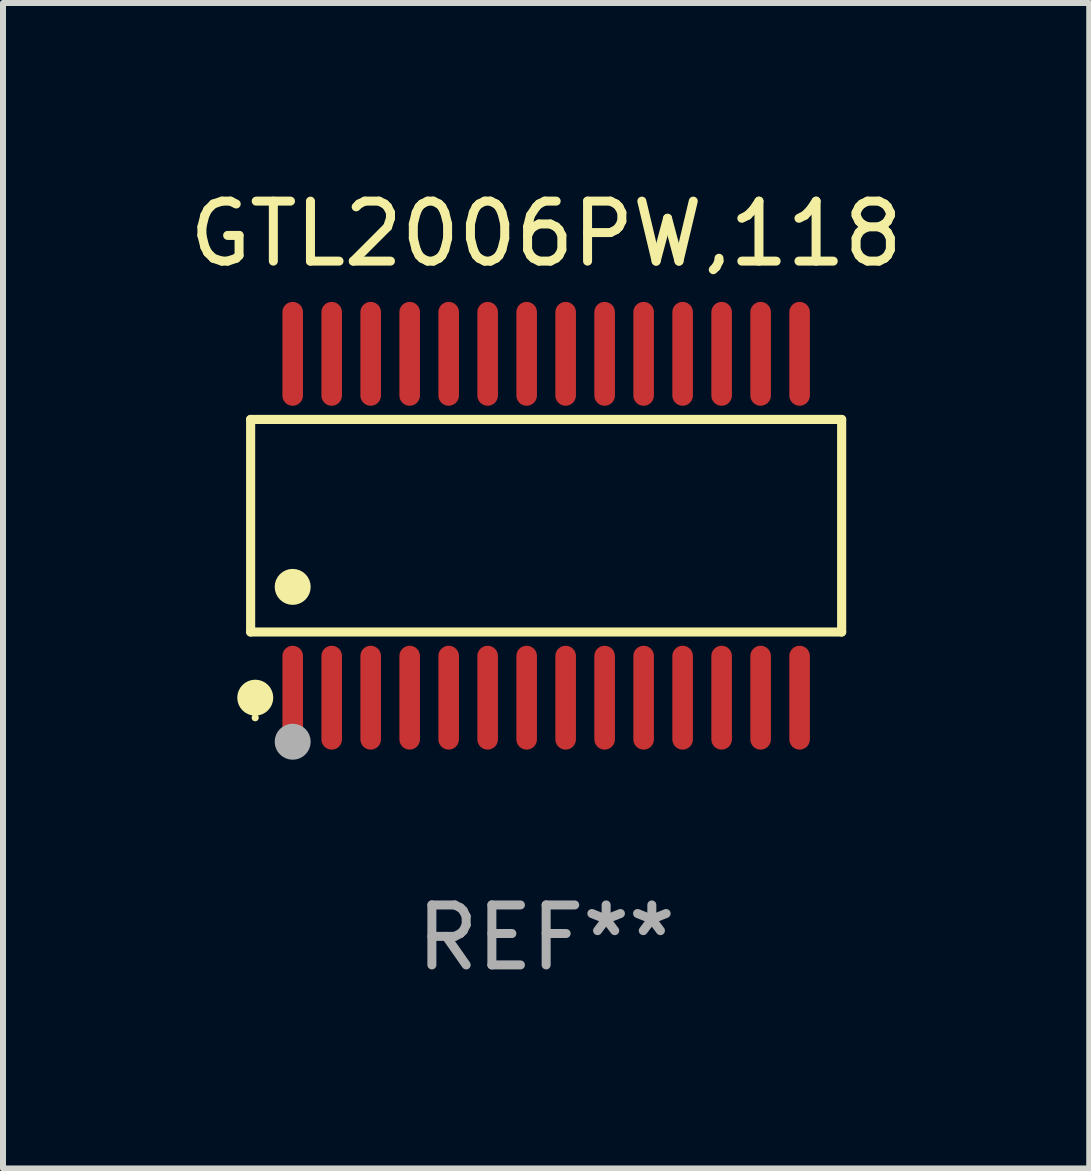
<source format=kicad_pcb>
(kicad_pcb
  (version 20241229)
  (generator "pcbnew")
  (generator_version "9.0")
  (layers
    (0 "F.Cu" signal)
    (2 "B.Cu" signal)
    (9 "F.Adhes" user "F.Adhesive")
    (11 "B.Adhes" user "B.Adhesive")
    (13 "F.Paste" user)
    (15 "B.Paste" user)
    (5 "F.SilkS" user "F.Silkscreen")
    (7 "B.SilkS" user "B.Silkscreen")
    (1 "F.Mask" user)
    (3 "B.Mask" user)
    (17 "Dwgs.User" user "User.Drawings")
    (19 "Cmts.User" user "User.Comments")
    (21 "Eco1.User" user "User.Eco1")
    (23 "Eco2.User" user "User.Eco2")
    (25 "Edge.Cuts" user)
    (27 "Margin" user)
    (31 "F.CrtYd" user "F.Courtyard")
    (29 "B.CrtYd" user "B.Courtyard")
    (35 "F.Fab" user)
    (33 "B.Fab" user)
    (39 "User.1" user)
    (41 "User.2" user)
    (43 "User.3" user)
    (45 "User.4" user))
  (footprint "GTL2006PW,118"
    (layer "F.Cu")
    (at 6.054 5.714)
    (property "Reference" "GTL2006PW,118" (at 0 -4.866 0) (layer "F.SilkS") (effects (font (size 1 1) (thickness 0.15))))
    (attr through_hole)
    (fp_line (start -4.926 -1.772) (end 4.926 -1.772) (stroke (width 0.152) (type solid)) (layer "F.SilkS"))
    (fp_line (start -4.926 1.771) (end -4.926 -1.772) (stroke (width 0.152) (type solid)) (layer "F.SilkS"))
    (fp_line (start 4.926 -1.772) (end 4.926 1.771) (stroke (width 0.152) (type solid)) (layer "F.SilkS"))
    (fp_line (start 4.926 1.771) (end -4.926 1.771) (stroke (width 0.152) (type solid)) (layer "F.SilkS"))
    (fp_circle (center -4.85 3.2) (end -4.82 3.2) (stroke (width 0.06) (type solid)) (fill no) (layer "F.SilkS"))
    (fp_circle (center -4.849 2.866) (end -4.699 2.866) (stroke (width 0.3) (type solid)) (fill no) (layer "F.SilkS"))
    (fp_circle (center -4.225 1.019) (end -4.075 1.019) (stroke (width 0.3) (type solid)) (fill no) (layer "F.SilkS"))
    (fp_circle (center -4.225 3.6) (end -4.075 3.6) (stroke (width 0.3) (type solid)) (fill no) (layer "F.Fab"))
    (fp_text user "REF**" (at 0 6.866 0) (layer "F.Fab") (effects (font (size 1 1) (thickness 0.15))))
    (pad "1" smd oval (at -4.225 2.866) (size 0.343 1.731) (layers "F.Cu" "F.Mask" "F.Paste"))
    (pad "2" smd oval (at -3.575 2.866) (size 0.343 1.731) (layers "F.Cu" "F.Mask" "F.Paste"))
    (pad "3" smd oval (at -2.925 2.866) (size 0.343 1.731) (layers "F.Cu" "F.Mask" "F.Paste"))
    (pad "4" smd oval (at -2.275 2.866) (size 0.343 1.731) (layers "F.Cu" "F.Mask" "F.Paste"))
    (pad "5" smd oval (at -1.625 2.866) (size 0.343 1.731) (layers "F.Cu" "F.Mask" "F.Paste"))
    (pad "6" smd oval (at -0.975 2.866) (size 0.343 1.731) (layers "F.Cu" "F.Mask" "F.Paste"))
    (pad "7" smd oval (at -0.325 2.866) (size 0.343 1.731) (layers "F.Cu" "F.Mask" "F.Paste"))
    (pad "8" smd oval (at 0.325 2.866) (size 0.343 1.731) (layers "F.Cu" "F.Mask" "F.Paste"))
    (pad "9" smd oval (at 0.975 2.866) (size 0.343 1.731) (layers "F.Cu" "F.Mask" "F.Paste"))
    (pad "10" smd oval (at 1.625 2.866) (size 0.343 1.731) (layers "F.Cu" "F.Mask" "F.Paste"))
    (pad "11" smd oval (at 2.275 2.866) (size 0.343 1.731) (layers "F.Cu" "F.Mask" "F.Paste"))
    (pad "12" smd oval (at 2.925 2.866) (size 0.343 1.731) (layers "F.Cu" "F.Mask" "F.Paste"))
    (pad "13" smd oval (at 3.575 2.866) (size 0.343 1.731) (layers "F.Cu" "F.Mask" "F.Paste"))
    (pad "14" smd oval (at 4.225 2.866) (size 0.343 1.731) (layers "F.Cu" "F.Mask" "F.Paste"))
    (pad "15" smd oval (at 4.225 -2.866) (size 0.343 1.731) (layers "F.Cu" "F.Mask" "F.Paste"))
    (pad "16" smd oval (at 3.575 -2.866) (size 0.343 1.731) (layers "F.Cu" "F.Mask" "F.Paste"))
    (pad "17" smd oval (at 2.925 -2.866) (size 0.343 1.731) (layers "F.Cu" "F.Mask" "F.Paste"))
    (pad "18" smd oval (at 2.275 -2.866) (size 0.343 1.731) (layers "F.Cu" "F.Mask" "F.Paste"))
    (pad "19" smd oval (at 1.625 -2.866) (size 0.343 1.731) (layers "F.Cu" "F.Mask" "F.Paste"))
    (pad "20" smd oval (at 0.975 -2.866) (size 0.343 1.731) (layers "F.Cu" "F.Mask" "F.Paste"))
    (pad "21" smd oval (at 0.325 -2.866) (size 0.343 1.731) (layers "F.Cu" "F.Mask" "F.Paste"))
    (pad "22" smd oval (at -0.325 -2.866) (size 0.343 1.731) (layers "F.Cu" "F.Mask" "F.Paste"))
    (pad "23" smd oval (at -0.975 -2.866) (size 0.343 1.731) (layers "F.Cu" "F.Mask" "F.Paste"))
    (pad "24" smd oval (at -1.625 -2.866) (size 0.343 1.731) (layers "F.Cu" "F.Mask" "F.Paste"))
    (pad "25" smd oval (at -2.275 -2.866) (size 0.343 1.731) (layers "F.Cu" "F.Mask" "F.Paste"))
    (pad "26" smd oval (at -2.925 -2.866) (size 0.343 1.731) (layers "F.Cu" "F.Mask" "F.Paste"))
    (pad "27" smd oval (at -3.575 -2.866) (size 0.343 1.731) (layers "F.Cu" "F.Mask" "F.Paste"))
    (pad "28" smd oval (at -4.225 -2.866) (size 0.343 1.731) (layers "F.Cu" "F.Mask" "F.Paste")))
  (gr_rect
    (start -3 -3)
    (end 15.107 16.428)
    (stroke (width 0.1) (type default))
    (fill no)
    (layer "Edge.Cuts")))
</source>
